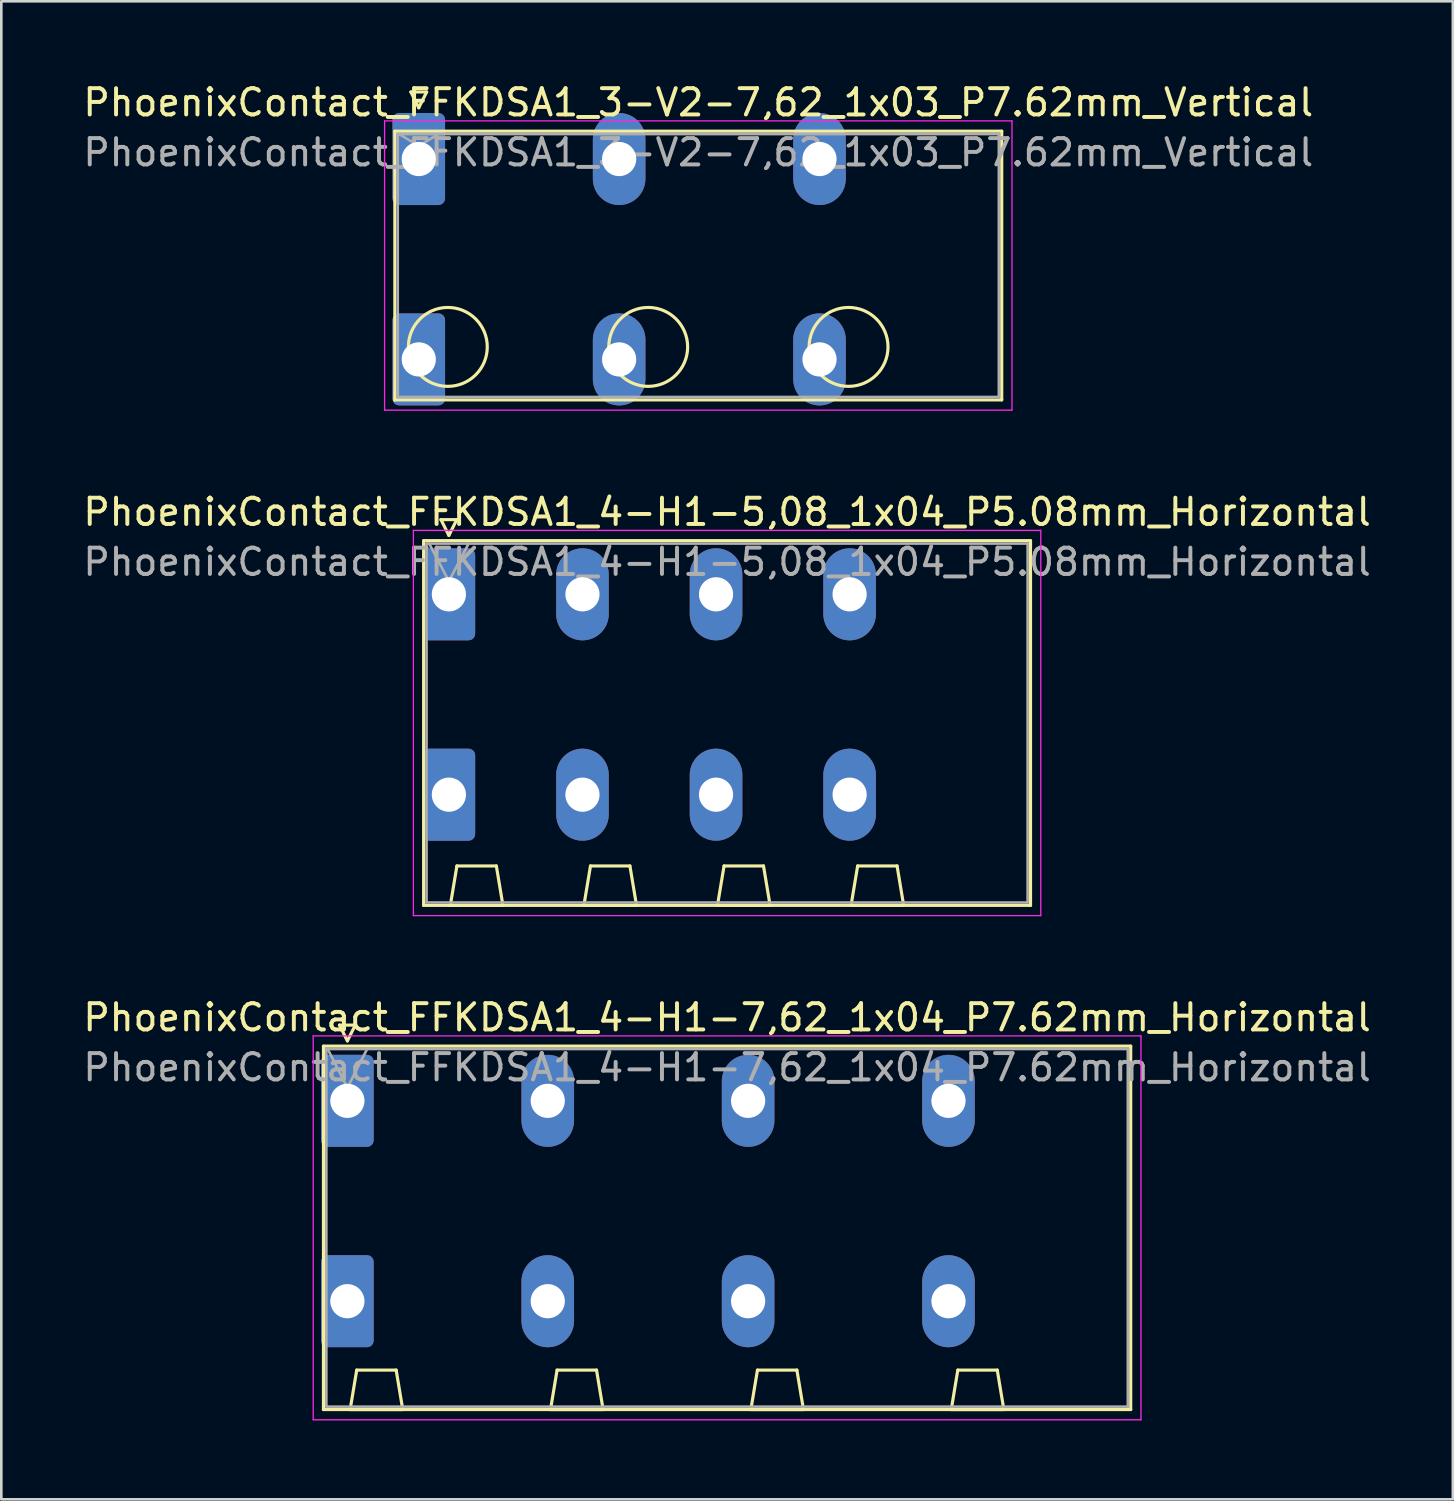
<source format=kicad_pcb>
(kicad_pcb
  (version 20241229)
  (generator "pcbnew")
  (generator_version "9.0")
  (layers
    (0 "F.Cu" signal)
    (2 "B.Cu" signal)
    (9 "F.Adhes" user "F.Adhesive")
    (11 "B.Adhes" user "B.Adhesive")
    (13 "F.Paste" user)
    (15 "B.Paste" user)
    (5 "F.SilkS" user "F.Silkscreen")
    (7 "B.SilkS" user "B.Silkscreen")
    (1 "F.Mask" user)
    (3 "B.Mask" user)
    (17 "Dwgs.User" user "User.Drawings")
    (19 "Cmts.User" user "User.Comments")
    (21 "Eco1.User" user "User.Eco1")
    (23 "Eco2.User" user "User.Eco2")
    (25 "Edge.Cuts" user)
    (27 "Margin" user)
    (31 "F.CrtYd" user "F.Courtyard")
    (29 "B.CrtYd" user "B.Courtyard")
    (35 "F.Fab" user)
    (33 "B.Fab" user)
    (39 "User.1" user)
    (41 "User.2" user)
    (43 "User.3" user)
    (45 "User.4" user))
  (footprint "PhoenixContact_FFKDSA1_3-V2-7,62_1x03_P7.62mm_Vertical"
    (layer "F.Cu")
    (at 12.876 2.998)
    (property "Reference" "PhoenixContact_FFKDSA1_3-V2-7,62_1x03_P7.62mm_Vertical" (at 10.63 -2.15 0) (layer "F.SilkS") (effects (font (size 1 1) (thickness 0.15))))
    (attr through_hole)
    (fp_line (start -0.91 -1.06) (end -0.91 9.16) (stroke (width 0.12) (type solid)) (layer "F.SilkS"))
    (fp_line (start -0.91 9.16) (end 22.17 9.16) (stroke (width 0.12) (type solid)) (layer "F.SilkS"))
    (fp_line (start -0.3 -2.55) (end 0.3 -2.55) (stroke (width 0.12) (type solid)) (layer "F.SilkS"))
    (fp_line (start 0 -1.95) (end -0.3 -2.55) (stroke (width 0.12) (type solid)) (layer "F.SilkS"))
    (fp_line (start 0.3 -2.55) (end 0 -1.95) (stroke (width 0.12) (type solid)) (layer "F.SilkS"))
    (fp_line (start 22.17 -1.06) (end -0.91 -1.06) (stroke (width 0.12) (type solid)) (layer "F.SilkS"))
    (fp_line (start 22.17 9.16) (end 22.17 -1.06) (stroke (width 0.12) (type solid)) (layer "F.SilkS"))
    (fp_circle (center 1.105 7.145) (end 2.605 7.145) (stroke (width 0.12) (type solid)) (fill no) (layer "F.SilkS"))
    (fp_circle (center 8.725 7.145) (end 10.225 7.145) (stroke (width 0.12) (type solid)) (fill no) (layer "F.SilkS"))
    (fp_circle (center 16.345 7.145) (end 17.845 7.145) (stroke (width 0.12) (type solid)) (fill no) (layer "F.SilkS"))
    (fp_line (start -1.3 -1.45) (end -1.3 9.55) (stroke (width 0.05) (type solid)) (layer "F.CrtYd"))
    (fp_line (start -1.3 9.55) (end 22.56 9.55) (stroke (width 0.05) (type solid)) (layer "F.CrtYd"))
    (fp_line (start 22.56 -1.45) (end -1.3 -1.45) (stroke (width 0.05) (type solid)) (layer "F.CrtYd"))
    (fp_line (start 22.56 9.55) (end 22.56 -1.45) (stroke (width 0.05) (type solid)) (layer "F.CrtYd"))
    (fp_line (start -0.8 -0.95) (end -0.8 9.05) (stroke (width 0.1) (type solid)) (layer "F.Fab"))
    (fp_line (start -0.8 9.05) (end 22.06 9.05) (stroke (width 0.1) (type solid)) (layer "F.Fab"))
    (fp_line (start 0 -0.5) (end -0.75 -0.95) (stroke (width 0.1) (type solid)) (layer "F.Fab"))
    (fp_line (start 0.75 -0.95) (end 0 -0.5) (stroke (width 0.1) (type solid)) (layer "F.Fab"))
    (fp_line (start 22.06 -0.95) (end -0.8 -0.95) (stroke (width 0.1) (type solid)) (layer "F.Fab"))
    (fp_line (start 22.06 9.05) (end 22.06 -0.95) (stroke (width 0.1) (type solid)) (layer "F.Fab"))
    (fp_text user "${REFERENCE}" (at 10.63 -0.25 0) (layer "F.Fab") (effects (font (size 1 1) (thickness 0.15))))
    (pad "1" thru_hole roundrect (at 0 0) (size 2 3.5) (drill 1.3) (layers "*.Cu" "*.Mask") (roundrect_rratio 0.125))
    (pad "1" thru_hole roundrect (at 0 7.62) (size 2 3.5) (drill 1.3) (layers "*.Cu" "*.Mask") (roundrect_rratio 0.125))
    (pad "2" thru_hole oval (at 7.62 0) (size 2 3.5) (drill 1.3) (layers "*.Cu" "*.Mask"))
    (pad "2" thru_hole oval (at 7.62 7.62) (size 2 3.5) (drill 1.3) (layers "*.Cu" "*.Mask"))
    (pad "3" thru_hole oval (at 15.24 0) (size 2 3.5) (drill 1.3) (layers "*.Cu" "*.Mask"))
    (pad "3" thru_hole oval (at 15.24 7.62) (size 2 3.5) (drill 1.3) (layers "*.Cu" "*.Mask")))
  (footprint "PhoenixContact_FFKDSA1_4-H1-5,08_1x04_P5.08mm_Horizontal"
    (layer "F.Cu")
    (at 14.021 19.552)
    (property "Reference" "PhoenixContact_FFKDSA1_4-H1-5,08_1x04_P5.08mm_Horizontal" (at 10.58 -3.13 0) (layer "F.SilkS") (effects (font (size 1 1) (thickness 0.15))))
    (attr through_hole)
    (fp_line (start -0.96 -2.04) (end -0.96 11.83) (stroke (width 0.12) (type solid)) (layer "F.SilkS"))
    (fp_line (start -0.96 11.83) (end 22.12 11.83) (stroke (width 0.12) (type solid)) (layer "F.SilkS"))
    (fp_line (start -0.3 -2.84) (end 0.3 -2.84) (stroke (width 0.12) (type solid)) (layer "F.SilkS"))
    (fp_line (start 0 -2.24) (end -0.3 -2.84) (stroke (width 0.12) (type solid)) (layer "F.SilkS"))
    (fp_line (start 0.055 11.83) (end 2.055 11.83) (stroke (width 0.12) (type solid)) (layer "F.SilkS"))
    (fp_line (start 0.3 -2.84) (end 0 -2.24) (stroke (width 0.12) (type solid)) (layer "F.SilkS"))
    (fp_line (start 0.305 10.33) (end 0.055 11.83) (stroke (width 0.12) (type solid)) (layer "F.SilkS"))
    (fp_line (start 1.805 10.33) (end 0.305 10.33) (stroke (width 0.12) (type solid)) (layer "F.SilkS"))
    (fp_line (start 2.055 11.83) (end 1.805 10.33) (stroke (width 0.12) (type solid)) (layer "F.SilkS"))
    (fp_line (start 5.135 11.83) (end 7.135 11.83) (stroke (width 0.12) (type solid)) (layer "F.SilkS"))
    (fp_line (start 5.385 10.33) (end 5.135 11.83) (stroke (width 0.12) (type solid)) (layer "F.SilkS"))
    (fp_line (start 6.885 10.33) (end 5.385 10.33) (stroke (width 0.12) (type solid)) (layer "F.SilkS"))
    (fp_line (start 7.135 11.83) (end 6.885 10.33) (stroke (width 0.12) (type solid)) (layer "F.SilkS"))
    (fp_line (start 10.215 11.83) (end 12.215 11.83) (stroke (width 0.12) (type solid)) (layer "F.SilkS"))
    (fp_line (start 10.465 10.33) (end 10.215 11.83) (stroke (width 0.12) (type solid)) (layer "F.SilkS"))
    (fp_line (start 11.965 10.33) (end 10.465 10.33) (stroke (width 0.12) (type solid)) (layer "F.SilkS"))
    (fp_line (start 12.215 11.83) (end 11.965 10.33) (stroke (width 0.12) (type solid)) (layer "F.SilkS"))
    (fp_line (start 15.295 11.83) (end 17.295 11.83) (stroke (width 0.12) (type solid)) (layer "F.SilkS"))
    (fp_line (start 15.545 10.33) (end 15.295 11.83) (stroke (width 0.12) (type solid)) (layer "F.SilkS"))
    (fp_line (start 17.045 10.33) (end 15.545 10.33) (stroke (width 0.12) (type solid)) (layer "F.SilkS"))
    (fp_line (start 17.295 11.83) (end 17.045 10.33) (stroke (width 0.12) (type solid)) (layer "F.SilkS"))
    (fp_line (start 22.12 -2.04) (end -0.96 -2.04) (stroke (width 0.12) (type solid)) (layer "F.SilkS"))
    (fp_line (start 22.12 11.83) (end 22.12 -2.04) (stroke (width 0.12) (type solid)) (layer "F.SilkS"))
    (fp_line (start -1.35 -2.43) (end -1.35 12.22) (stroke (width 0.05) (type solid)) (layer "F.CrtYd"))
    (fp_line (start -1.35 12.22) (end 22.51 12.22) (stroke (width 0.05) (type solid)) (layer "F.CrtYd"))
    (fp_line (start 22.51 -2.43) (end -1.35 -2.43) (stroke (width 0.05) (type solid)) (layer "F.CrtYd"))
    (fp_line (start 22.51 12.22) (end 22.51 -2.43) (stroke (width 0.05) (type solid)) (layer "F.CrtYd"))
    (fp_line (start -0.85 -1.93) (end -0.85 11.72) (stroke (width 0.1) (type solid)) (layer "F.Fab"))
    (fp_line (start -0.85 11.72) (end 22.01 11.72) (stroke (width 0.1) (type solid)) (layer "F.Fab"))
    (fp_line (start 0 -0.5) (end -0.75 -1.93) (stroke (width 0.1) (type solid)) (layer "F.Fab"))
    (fp_line (start 0.75 -1.93) (end 0 -0.5) (stroke (width 0.1) (type solid)) (layer "F.Fab"))
    (fp_line (start 22.01 -1.93) (end -0.85 -1.93) (stroke (width 0.1) (type solid)) (layer "F.Fab"))
    (fp_line (start 22.01 11.72) (end 22.01 -1.93) (stroke (width 0.1) (type solid)) (layer "F.Fab"))
    (fp_text user "${REFERENCE}" (at 10.58 -1.23 0) (layer "F.Fab") (effects (font (size 1 1) (thickness 0.15))))
    (pad "1" thru_hole roundrect (at 0 0) (size 2 3.5) (drill 1.3) (layers "*.Cu" "*.Mask") (roundrect_rratio 0.125))
    (pad "1" thru_hole roundrect (at 0 7.62) (size 2 3.5) (drill 1.3) (layers "*.Cu" "*.Mask") (roundrect_rratio 0.125))
    (pad "2" thru_hole oval (at 5.08 0) (size 2 3.5) (drill 1.3) (layers "*.Cu" "*.Mask"))
    (pad "2" thru_hole oval (at 5.08 7.62) (size 2 3.5) (drill 1.3) (layers "*.Cu" "*.Mask"))
    (pad "3" thru_hole oval (at 10.16 0) (size 2 3.5) (drill 1.3) (layers "*.Cu" "*.Mask"))
    (pad "3" thru_hole oval (at 10.16 7.62) (size 2 3.5) (drill 1.3) (layers "*.Cu" "*.Mask"))
    (pad "4" thru_hole oval (at 15.24 0) (size 2 3.5) (drill 1.3) (layers "*.Cu" "*.Mask"))
    (pad "4" thru_hole oval (at 15.24 7.62) (size 2 3.5) (drill 1.3) (layers "*.Cu" "*.Mask")))
  (footprint "PhoenixContact_FFKDSA1_4-H1-7,62_1x04_P7.62mm_Horizontal"
    (layer "F.Cu")
    (at 10.161 38.815)
    (property "Reference" "PhoenixContact_FFKDSA1_4-H1-7,62_1x04_P7.62mm_Horizontal" (at 14.44 -3.17 0) (layer "F.SilkS") (effects (font (size 1 1) (thickness 0.15))))
    (attr through_hole)
    (fp_line (start -0.91 -2.08) (end -0.91 11.74) (stroke (width 0.12) (type solid)) (layer "F.SilkS"))
    (fp_line (start -0.91 11.74) (end 29.79 11.74) (stroke (width 0.12) (type solid)) (layer "F.SilkS"))
    (fp_line (start -0.3 -2.88) (end 0.3 -2.88) (stroke (width 0.12) (type solid)) (layer "F.SilkS"))
    (fp_line (start 0 -2.28) (end -0.3 -2.88) (stroke (width 0.12) (type solid)) (layer "F.SilkS"))
    (fp_line (start 0.105 11.74) (end 2.105 11.74) (stroke (width 0.12) (type solid)) (layer "F.SilkS"))
    (fp_line (start 0.3 -2.88) (end 0 -2.28) (stroke (width 0.12) (type solid)) (layer "F.SilkS"))
    (fp_line (start 0.355 10.24) (end 0.105 11.74) (stroke (width 0.12) (type solid)) (layer "F.SilkS"))
    (fp_line (start 1.855 10.24) (end 0.355 10.24) (stroke (width 0.12) (type solid)) (layer "F.SilkS"))
    (fp_line (start 2.105 11.74) (end 1.855 10.24) (stroke (width 0.12) (type solid)) (layer "F.SilkS"))
    (fp_line (start 7.725 11.74) (end 9.725 11.74) (stroke (width 0.12) (type solid)) (layer "F.SilkS"))
    (fp_line (start 7.975 10.24) (end 7.725 11.74) (stroke (width 0.12) (type solid)) (layer "F.SilkS"))
    (fp_line (start 9.475 10.24) (end 7.975 10.24) (stroke (width 0.12) (type solid)) (layer "F.SilkS"))
    (fp_line (start 9.725 11.74) (end 9.475 10.24) (stroke (width 0.12) (type solid)) (layer "F.SilkS"))
    (fp_line (start 15.345 11.74) (end 17.345 11.74) (stroke (width 0.12) (type solid)) (layer "F.SilkS"))
    (fp_line (start 15.595 10.24) (end 15.345 11.74) (stroke (width 0.12) (type solid)) (layer "F.SilkS"))
    (fp_line (start 17.095 10.24) (end 15.595 10.24) (stroke (width 0.12) (type solid)) (layer "F.SilkS"))
    (fp_line (start 17.345 11.74) (end 17.095 10.24) (stroke (width 0.12) (type solid)) (layer "F.SilkS"))
    (fp_line (start 22.965 11.74) (end 24.965 11.74) (stroke (width 0.12) (type solid)) (layer "F.SilkS"))
    (fp_line (start 23.215 10.24) (end 22.965 11.74) (stroke (width 0.12) (type solid)) (layer "F.SilkS"))
    (fp_line (start 24.715 10.24) (end 23.215 10.24) (stroke (width 0.12) (type solid)) (layer "F.SilkS"))
    (fp_line (start 24.965 11.74) (end 24.715 10.24) (stroke (width 0.12) (type solid)) (layer "F.SilkS"))
    (fp_line (start 29.79 -2.08) (end -0.91 -2.08) (stroke (width 0.12) (type solid)) (layer "F.SilkS"))
    (fp_line (start 29.79 11.74) (end 29.79 -2.08) (stroke (width 0.12) (type solid)) (layer "F.SilkS"))
    (fp_line (start -1.3 -2.47) (end -1.3 12.13) (stroke (width 0.05) (type solid)) (layer "F.CrtYd"))
    (fp_line (start -1.3 12.13) (end 30.18 12.13) (stroke (width 0.05) (type solid)) (layer "F.CrtYd"))
    (fp_line (start 30.18 -2.47) (end -1.3 -2.47) (stroke (width 0.05) (type solid)) (layer "F.CrtYd"))
    (fp_line (start 30.18 12.13) (end 30.18 -2.47) (stroke (width 0.05) (type solid)) (layer "F.CrtYd"))
    (fp_line (start -0.8 -1.97) (end -0.8 11.63) (stroke (width 0.1) (type solid)) (layer "F.Fab"))
    (fp_line (start -0.8 11.63) (end 29.68 11.63) (stroke (width 0.1) (type solid)) (layer "F.Fab"))
    (fp_line (start 0 -0.5) (end -0.75 -1.97) (stroke (width 0.1) (type solid)) (layer "F.Fab"))
    (fp_line (start 0.75 -1.97) (end 0 -0.5) (stroke (width 0.1) (type solid)) (layer "F.Fab"))
    (fp_line (start 29.68 -1.97) (end -0.8 -1.97) (stroke (width 0.1) (type solid)) (layer "F.Fab"))
    (fp_line (start 29.68 11.63) (end 29.68 -1.97) (stroke (width 0.1) (type solid)) (layer "F.Fab"))
    (fp_text user "${REFERENCE}" (at 14.44 -1.27 0) (layer "F.Fab") (effects (font (size 1 1) (thickness 0.15))))
    (pad "1" thru_hole roundrect (at 0 0) (size 2 3.5) (drill 1.3) (layers "*.Cu" "*.Mask") (roundrect_rratio 0.125))
    (pad "1" thru_hole roundrect (at 0 7.62) (size 2 3.5) (drill 1.3) (layers "*.Cu" "*.Mask") (roundrect_rratio 0.125))
    (pad "2" thru_hole oval (at 7.62 0) (size 2 3.5) (drill 1.3) (layers "*.Cu" "*.Mask"))
    (pad "2" thru_hole oval (at 7.62 7.62) (size 2 3.5) (drill 1.3) (layers "*.Cu" "*.Mask"))
    (pad "3" thru_hole oval (at 15.24 0) (size 2 3.5) (drill 1.3) (layers "*.Cu" "*.Mask"))
    (pad "3" thru_hole oval (at 15.24 7.62) (size 2 3.5) (drill 1.3) (layers "*.Cu" "*.Mask"))
    (pad "4" thru_hole oval (at 22.86 0) (size 2 3.5) (drill 1.3) (layers "*.Cu" "*.Mask"))
    (pad "4" thru_hole oval (at 22.86 7.62) (size 2 3.5) (drill 1.3) (layers "*.Cu" "*.Mask")))
  (gr_rect
    (start -3 -3)
    (end 52.202 53.97)
    (stroke (width 0.1) (type default))
    (fill no)
    (layer "Edge.Cuts")))
</source>
